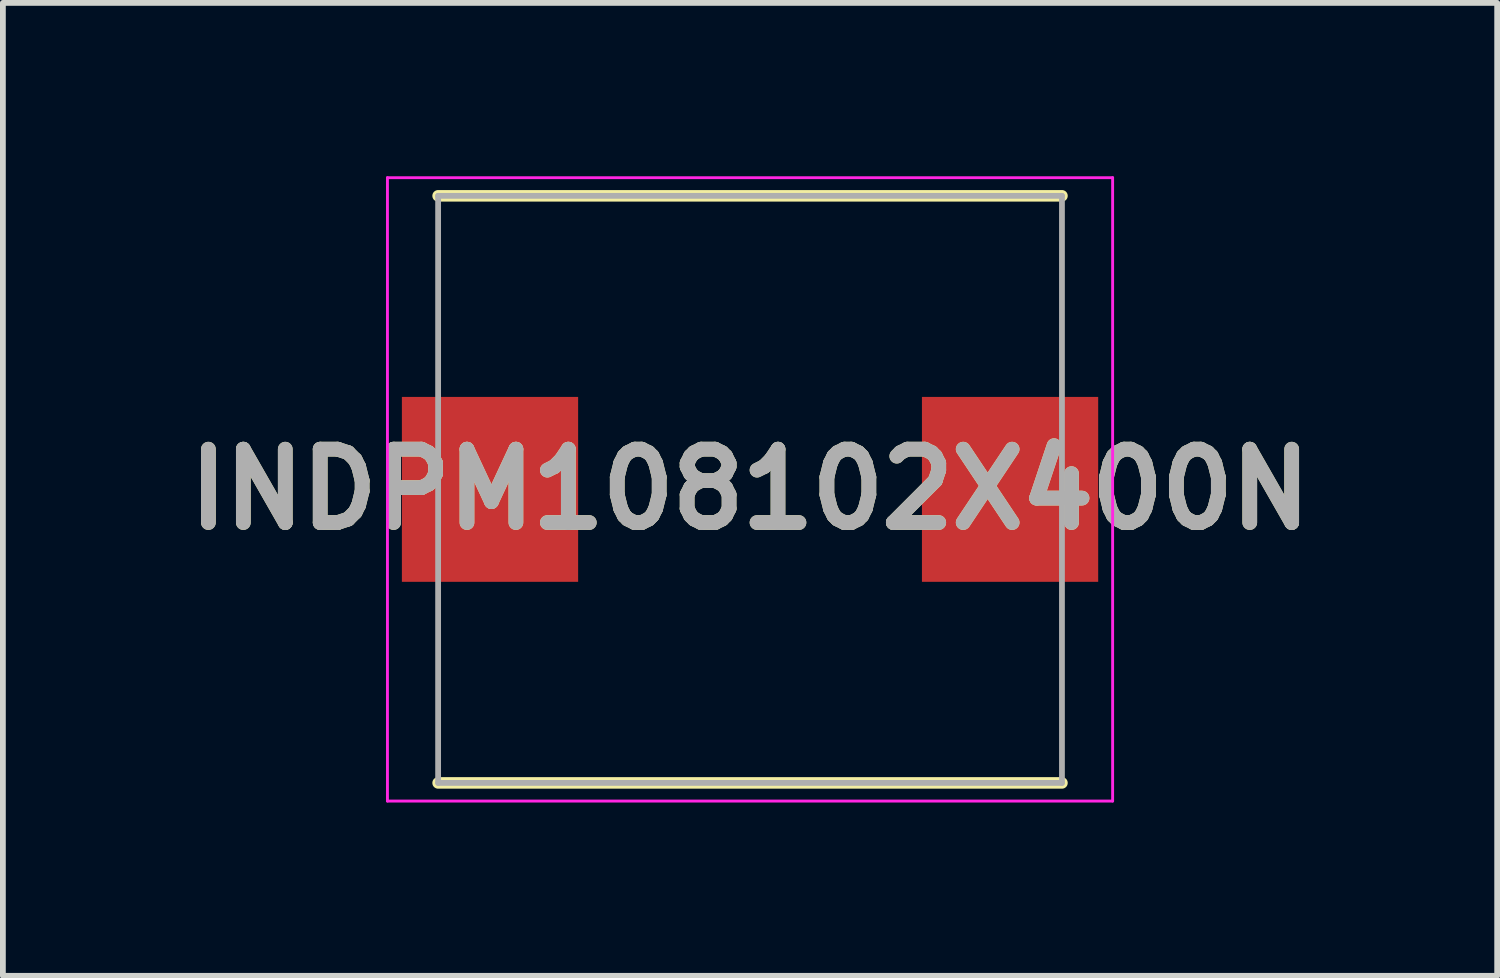
<source format=kicad_pcb>
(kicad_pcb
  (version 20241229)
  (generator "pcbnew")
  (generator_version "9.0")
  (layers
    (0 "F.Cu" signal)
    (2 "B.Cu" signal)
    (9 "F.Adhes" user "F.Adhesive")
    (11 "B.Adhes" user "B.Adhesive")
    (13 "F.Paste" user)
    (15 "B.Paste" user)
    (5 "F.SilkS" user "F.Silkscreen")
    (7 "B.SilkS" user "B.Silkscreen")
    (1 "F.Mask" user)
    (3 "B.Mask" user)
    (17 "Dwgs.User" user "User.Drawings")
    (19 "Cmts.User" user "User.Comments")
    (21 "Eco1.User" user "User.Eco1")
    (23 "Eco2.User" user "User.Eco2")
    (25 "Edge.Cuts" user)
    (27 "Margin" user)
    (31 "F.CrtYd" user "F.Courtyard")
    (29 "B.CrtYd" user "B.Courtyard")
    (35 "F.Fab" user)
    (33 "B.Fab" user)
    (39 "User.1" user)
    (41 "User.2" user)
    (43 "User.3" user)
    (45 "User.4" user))
  (footprint "INDPM108102X400N"
    (layer "F.Cu")
    (at 9.93 5.419)
    (property "Reference" "INDPM108102X400N" (at 0 0 0) (layer "F.SilkS") (effects (font (size 1.27 1.27) (thickness 0.254))))
    (attr smd)
    (fp_line (start -5.398 5.08) (end 5.398 5.08) (stroke (width 0.2) (type solid)) (layer "F.SilkS"))
    (fp_line (start 5.398 -5.08) (end -5.398 -5.08) (stroke (width 0.2) (type solid)) (layer "F.SilkS"))
    (fp_line (start -6.275 -5.394) (end 6.275 -5.394) (stroke (width 0.05) (type solid)) (layer "F.CrtYd"))
    (fp_line (start -6.275 5.394) (end -6.275 -5.394) (stroke (width 0.05) (type solid)) (layer "F.CrtYd"))
    (fp_line (start 6.275 -5.394) (end 6.275 5.394) (stroke (width 0.05) (type solid)) (layer "F.CrtYd"))
    (fp_line (start 6.275 5.394) (end -6.275 5.394) (stroke (width 0.05) (type solid)) (layer "F.CrtYd"))
    (fp_line (start -5.398 -5.08) (end 5.398 -5.08) (stroke (width 0.1) (type solid)) (layer "F.Fab"))
    (fp_line (start -5.398 5.08) (end -5.398 -5.08) (stroke (width 0.1) (type solid)) (layer "F.Fab"))
    (fp_line (start 5.398 -5.08) (end 5.398 5.08) (stroke (width 0.1) (type solid)) (layer "F.Fab"))
    (fp_line (start 5.398 5.08) (end -5.398 5.08) (stroke (width 0.1) (type solid)) (layer "F.Fab"))
    (fp_text user "${REFERENCE}" (at 0 0 0) (layer "F.Fab") (effects (font (size 1.27 1.27) (thickness 0.254))))
    (pad "1" smd rect (at -4.5 0) (size 3.05 3.2) (layers "F.Cu" "F.Mask" "F.Paste"))
    (pad "2" smd rect (at 4.5 0) (size 3.05 3.2) (layers "F.Cu" "F.Mask" "F.Paste")))
  (gr_rect
    (start -3 -3)
    (end 22.86 13.838)
    (stroke (width 0.1) (type default))
    (fill no)
    (layer "Edge.Cuts")))
</source>
